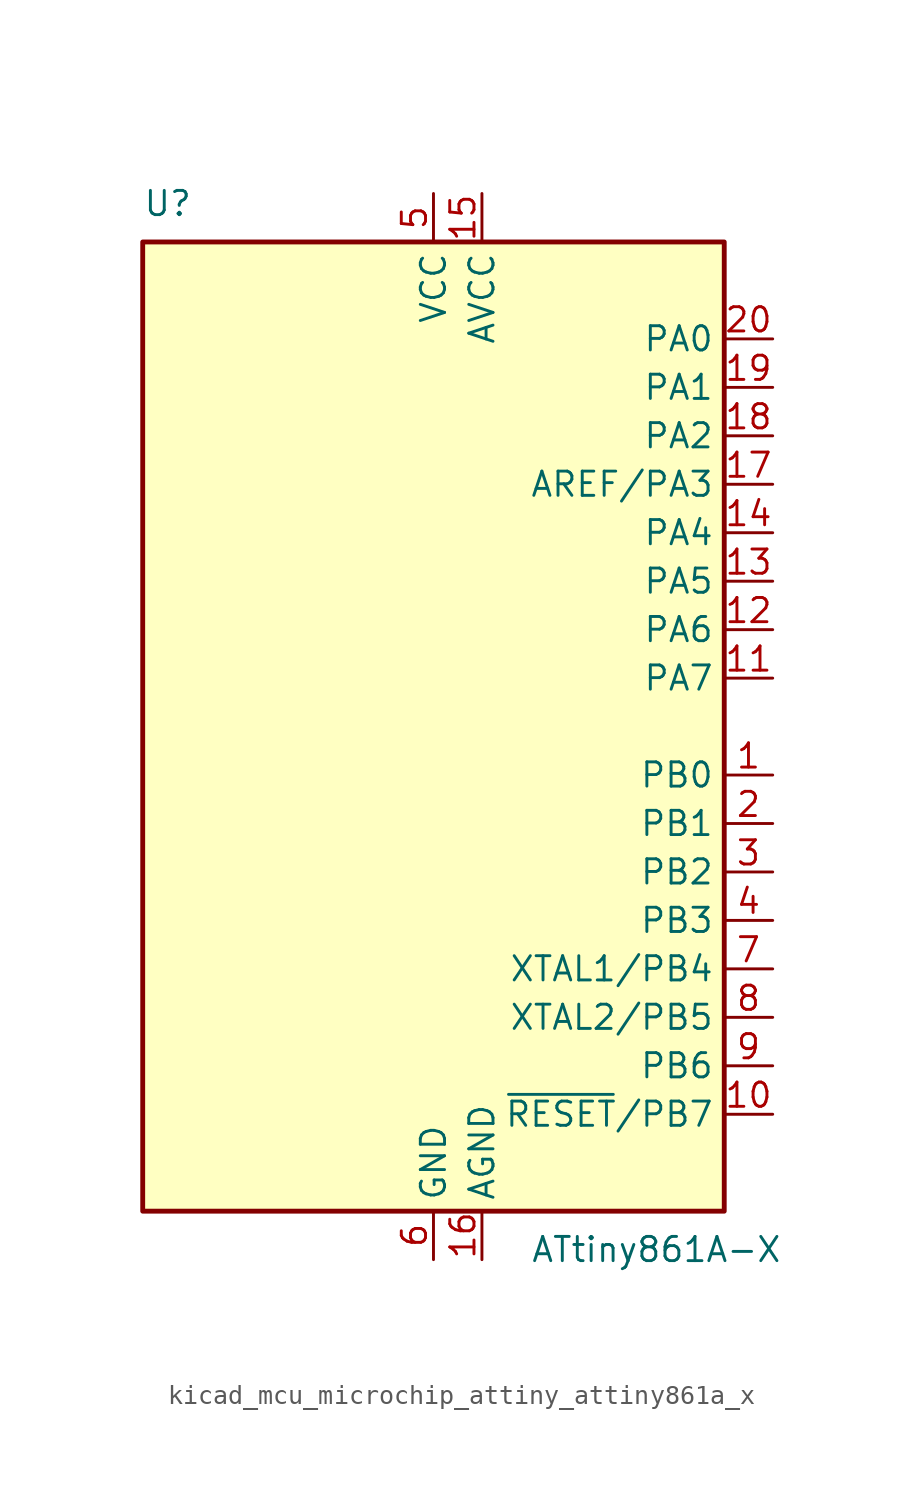
<source format=kicad_sym>
(kicad_symbol_lib
  (version 20220914)
  (generator kicad_symbol_editor)
  (symbol "kicad_mcu_microchip_attiny_attiny861a_x"
    (property "Reference" "U"
      (at -15.24 26.67 0)
      (effects (font (size 1.27 1.27)) (justify left bottom)))
    (property "Value" "ATtiny861A-X"
      (at 5.08 -26.67 0)
      (effects (font (size 1.27 1.27)) (justify left top)))
    (symbol "kicad_mcu_microchip_attiny_attiny861a_x_0_1"
      (rectangle (start -15.24 -25.4) (end 15.24 25.4) (stroke (width 0.254) (type default)) (fill (type background))))
    (symbol "kicad_mcu_microchip_attiny_attiny861a_x_1_1"
      (pin bidirectional line (at 17.78 -2.54 180) (length 2.54) (name "PB0" (effects (font (size 1.27 1.27)))) (number "1" (effects (font (size 1.27 1.27)))))
      (pin bidirectional line (at 17.78 -20.32 180) (length 2.54) (name "~{RESET}/PB7" (effects (font (size 1.27 1.27)))) (number "10" (effects (font (size 1.27 1.27)))))
      (pin bidirectional line (at 17.78 2.54 180) (length 2.54) (name "PA7" (effects (font (size 1.27 1.27)))) (number "11" (effects (font (size 1.27 1.27)))))
      (pin bidirectional line (at 17.78 5.08 180) (length 2.54) (name "PA6" (effects (font (size 1.27 1.27)))) (number "12" (effects (font (size 1.27 1.27)))))
      (pin bidirectional line (at 17.78 7.62 180) (length 2.54) (name "PA5" (effects (font (size 1.27 1.27)))) (number "13" (effects (font (size 1.27 1.27)))))
      (pin bidirectional line (at 17.78 10.16 180) (length 2.54) (name "PA4" (effects (font (size 1.27 1.27)))) (number "14" (effects (font (size 1.27 1.27)))))
      (pin power_in line (at 2.54 27.94 270) (length 2.54) (name "AVCC" (effects (font (size 1.27 1.27)))) (number "15" (effects (font (size 1.27 1.27)))))
      (pin power_in line (at 2.54 -27.94 90) (length 2.54) (name "AGND" (effects (font (size 1.27 1.27)))) (number "16" (effects (font (size 1.27 1.27)))))
      (pin bidirectional line (at 17.78 12.7 180) (length 2.54) (name "AREF/PA3" (effects (font (size 1.27 1.27)))) (number "17" (effects (font (size 1.27 1.27)))))
      (pin bidirectional line (at 17.78 15.24 180) (length 2.54) (name "PA2" (effects (font (size 1.27 1.27)))) (number "18" (effects (font (size 1.27 1.27)))))
      (pin bidirectional line (at 17.78 17.78 180) (length 2.54) (name "PA1" (effects (font (size 1.27 1.27)))) (number "19" (effects (font (size 1.27 1.27)))))
      (pin bidirectional line (at 17.78 -5.08 180) (length 2.54) (name "PB1" (effects (font (size 1.27 1.27)))) (number "2" (effects (font (size 1.27 1.27)))))
      (pin bidirectional line (at 17.78 20.32 180) (length 2.54) (name "PA0" (effects (font (size 1.27 1.27)))) (number "20" (effects (font (size 1.27 1.27)))))
      (pin bidirectional line (at 17.78 -7.62 180) (length 2.54) (name "PB2" (effects (font (size 1.27 1.27)))) (number "3" (effects (font (size 1.27 1.27)))))
      (pin bidirectional line (at 17.78 -10.16 180) (length 2.54) (name "PB3" (effects (font (size 1.27 1.27)))) (number "4" (effects (font (size 1.27 1.27)))))
      (pin power_in line (at 0 27.94 270) (length 2.54) (name "VCC" (effects (font (size 1.27 1.27)))) (number "5" (effects (font (size 1.27 1.27)))))
      (pin power_in line (at 0 -27.94 90) (length 2.54) (name "GND" (effects (font (size 1.27 1.27)))) (number "6" (effects (font (size 1.27 1.27)))))
      (pin bidirectional line (at 17.78 -12.7 180) (length 2.54) (name "XTAL1/PB4" (effects (font (size 1.27 1.27)))) (number "7" (effects (font (size 1.27 1.27)))))
      (pin bidirectional line (at 17.78 -15.24 180) (length 2.54) (name "XTAL2/PB5" (effects (font (size 1.27 1.27)))) (number "8" (effects (font (size 1.27 1.27)))))
      (pin bidirectional line (at 17.78 -17.78 180) (length 2.54) (name "PB6" (effects (font (size 1.27 1.27)))) (number "9" (effects (font (size 1.27 1.27))))))))
</source>
